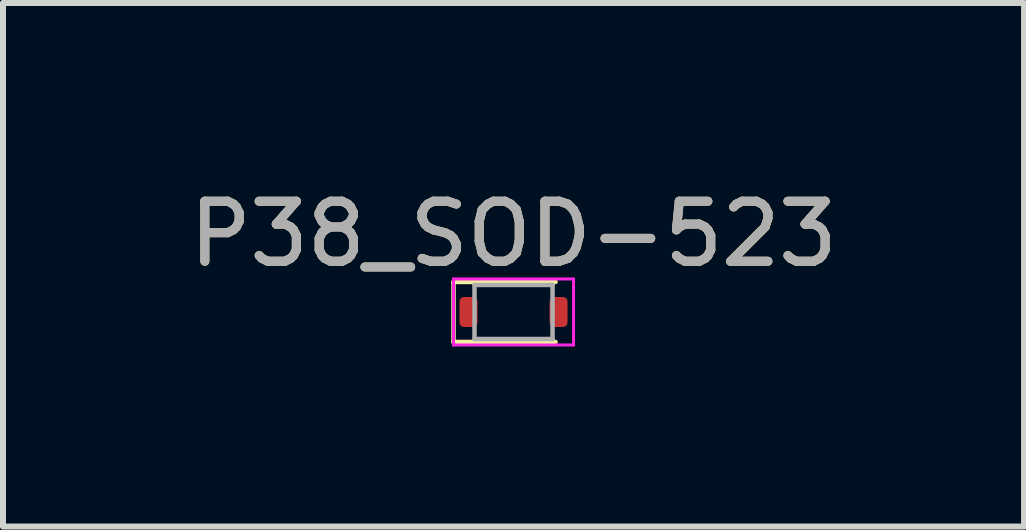
<source format=kicad_pcb>
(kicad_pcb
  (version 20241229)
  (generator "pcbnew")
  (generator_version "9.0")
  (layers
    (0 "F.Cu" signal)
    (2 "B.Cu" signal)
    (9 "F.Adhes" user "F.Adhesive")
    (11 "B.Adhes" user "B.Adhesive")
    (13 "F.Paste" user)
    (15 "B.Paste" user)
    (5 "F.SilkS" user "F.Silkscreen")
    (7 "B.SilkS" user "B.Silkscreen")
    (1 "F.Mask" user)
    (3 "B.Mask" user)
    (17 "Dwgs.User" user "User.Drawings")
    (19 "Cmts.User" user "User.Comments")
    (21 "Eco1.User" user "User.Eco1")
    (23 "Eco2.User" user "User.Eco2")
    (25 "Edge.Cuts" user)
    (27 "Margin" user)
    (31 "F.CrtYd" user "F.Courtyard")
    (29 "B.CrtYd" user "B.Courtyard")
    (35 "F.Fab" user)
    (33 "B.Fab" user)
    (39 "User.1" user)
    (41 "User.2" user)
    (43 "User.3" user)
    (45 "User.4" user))
  (footprint "P38_SOD-523"
    (layer "F.Cu")
    (at 5.506 2.148)
    (property "Reference" "P38_SOD-523" (at 0 -1.3 0) (layer "F.SilkS") (effects (font (size 1 1) (thickness 0.15))))
    (attr smd)
    (fp_line (start -1 -0.5) (end -1 0.5) (stroke (width 0.075) (type solid)) (layer "F.SilkS"))
    (fp_line (start 0.7 -0.5) (end -1 -0.5) (stroke (width 0.075) (type solid)) (layer "F.SilkS"))
    (fp_line (start 0.7 0.5) (end -1 0.5) (stroke (width 0.075) (type solid)) (layer "F.SilkS"))
    (fp_line (start -1 -0.55) (end 1 -0.55) (stroke (width 0.05) (type solid)) (layer "F.CrtYd"))
    (fp_line (start -1 0.55) (end -1 -0.55) (stroke (width 0.05) (type solid)) (layer "F.CrtYd"))
    (fp_line (start 1 -0.55) (end 1 0.55) (stroke (width 0.05) (type solid)) (layer "F.CrtYd"))
    (fp_line (start 1 0.55) (end -1 0.55) (stroke (width 0.05) (type solid)) (layer "F.CrtYd"))
    (fp_line (start -0.65 -0.45) (end 0.65 -0.45) (stroke (width 0.075) (type solid)) (layer "F.Fab"))
    (fp_line (start -0.65 0.45) (end -0.65 -0.45) (stroke (width 0.075) (type solid)) (layer "F.Fab"))
    (fp_line (start 0.65 -0.45) (end 0.65 0.45) (stroke (width 0.075) (type solid)) (layer "F.Fab"))
    (fp_line (start 0.65 0.45) (end -0.65 0.45) (stroke (width 0.075) (type solid)) (layer "F.Fab"))
    (fp_text user "${REFERENCE}" (at 0 -1.3 0) (layer "F.Fab") (effects (font (size 1 1) (thickness 0.15))))
    (pad "1" smd roundrect (at -0.75 0 180) (size 0.3 0.5) (layers "F.Cu" "F.Mask" "F.Paste") (roundrect_rratio 0.25))
    (pad "2" smd roundrect (at 0.75 0 180) (size 0.3 0.5) (layers "F.Cu" "F.Mask" "F.Paste") (roundrect_rratio 0.25)))
  (gr_rect
    (start -3 -3)
    (end 14.012 5.723)
    (stroke (width 0.1) (type default))
    (fill no)
    (layer "Edge.Cuts")))
</source>
